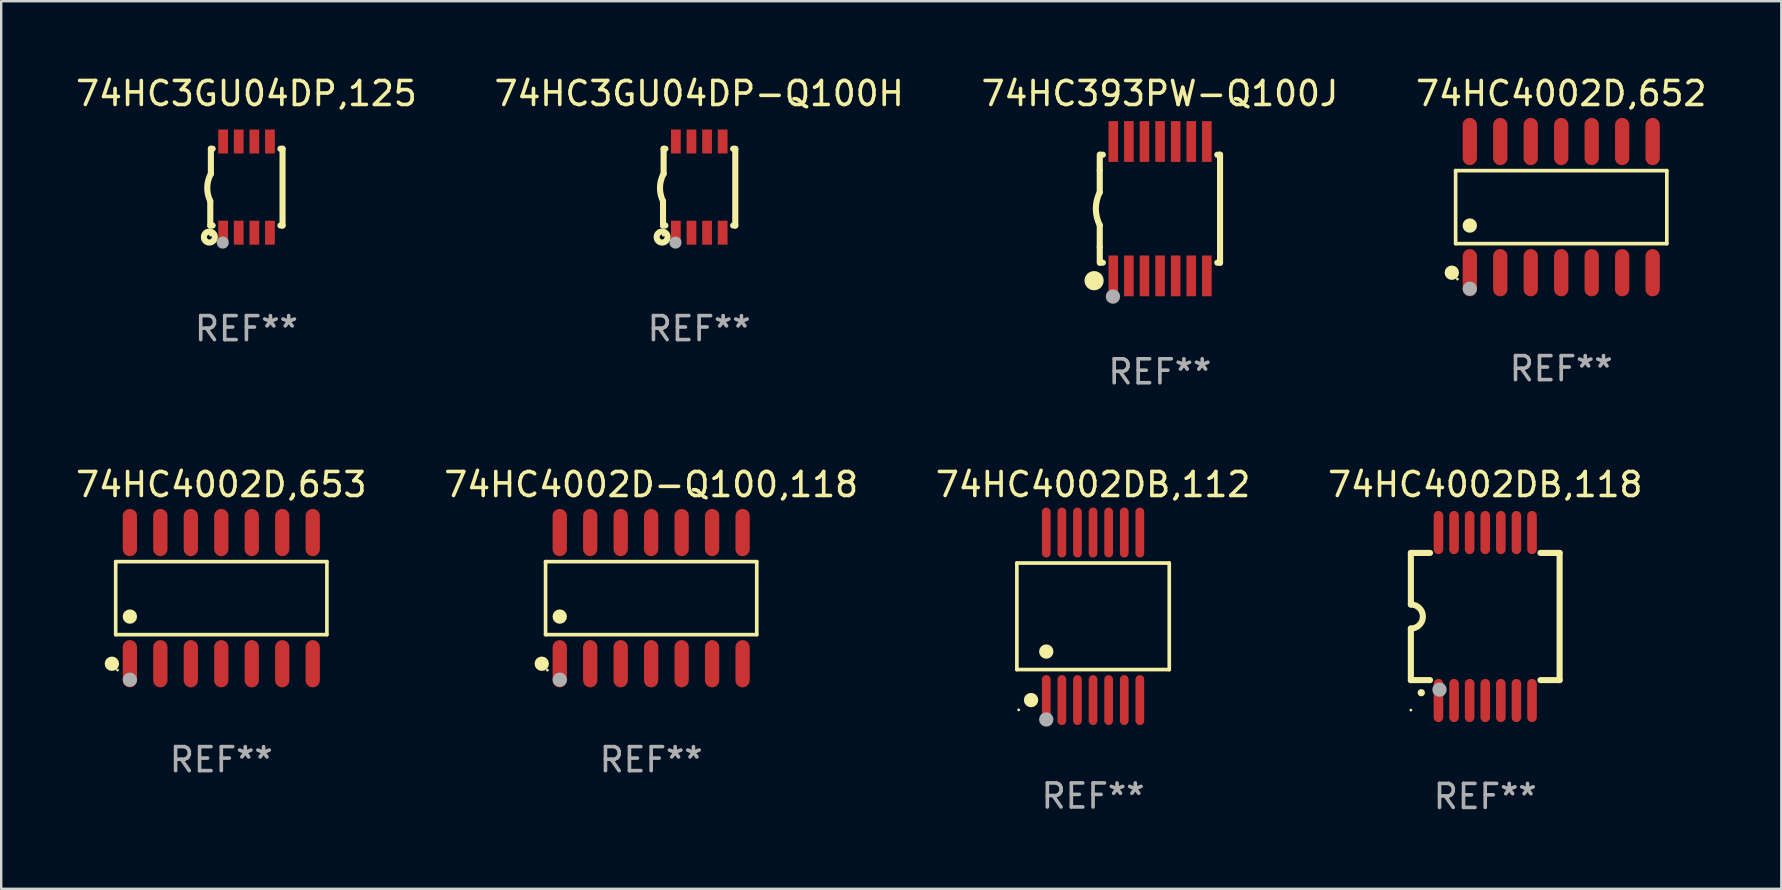
<source format=kicad_pcb>
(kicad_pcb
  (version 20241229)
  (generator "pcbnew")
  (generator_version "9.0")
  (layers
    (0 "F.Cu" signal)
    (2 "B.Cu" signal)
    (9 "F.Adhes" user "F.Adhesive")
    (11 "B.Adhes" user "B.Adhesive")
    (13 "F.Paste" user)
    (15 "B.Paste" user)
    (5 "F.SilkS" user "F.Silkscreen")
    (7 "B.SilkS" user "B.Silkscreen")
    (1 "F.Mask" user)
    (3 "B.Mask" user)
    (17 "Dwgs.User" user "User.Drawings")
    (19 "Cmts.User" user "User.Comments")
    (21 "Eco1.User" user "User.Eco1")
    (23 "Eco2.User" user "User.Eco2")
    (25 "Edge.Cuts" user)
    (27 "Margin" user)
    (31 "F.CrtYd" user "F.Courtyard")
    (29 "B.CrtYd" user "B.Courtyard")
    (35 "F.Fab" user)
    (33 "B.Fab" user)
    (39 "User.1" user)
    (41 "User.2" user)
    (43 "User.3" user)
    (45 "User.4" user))
  (footprint "74HC3GU04DP,125"
    (layer "F.Cu")
    (at 7.22 4.748)
    (property "Reference" "74HC3GU04DP,125" (at 0 -3.9 0) (layer "F.SilkS") (effects (font (size 1 1) (thickness 0.15))))
    (attr through_hole)
    (fp_line (start -1.506 1.6) (end -1.506 0.584) (stroke (width 0.254) (type solid)) (layer "F.SilkS"))
    (fp_line (start -1.506 1.6) (end -1.407 1.6) (stroke (width 0.254) (type solid)) (layer "F.SilkS"))
    (fp_line (start -1.481 -1.599) (end -1.481 -0.549) (stroke (width 0.254) (type solid)) (layer "F.SilkS"))
    (fp_line (start -1.481 -1.599) (end -1.407 -1.599) (stroke (width 0.254) (type solid)) (layer "F.SilkS"))
    (fp_line (start 1.417 -1.599) (end 1.506 -1.599) (stroke (width 0.254) (type solid)) (layer "F.SilkS"))
    (fp_line (start 1.417 1.6) (end 1.506 1.6) (stroke (width 0.254) (type solid)) (layer "F.SilkS"))
    (fp_line (start 1.506 1.603) (end 1.506 -1.595) (stroke (width 0.254) (type solid)) (layer "F.SilkS"))
    (fp_arc (start -1.506223 0.584328) (mid -1.632455 0.00974) (end -1.480823 -0.558674) (stroke (width 0.254001) (type solid)) (layer "F.SilkS"))
    (fp_circle (center -1.544 2.083) (end -1.443 2.083) (stroke (width 0.254) (type solid)) (fill no) (layer "F.SilkS"))
    (fp_circle (center -1.495 2) (end -1.465 2) (stroke (width 0.06) (type solid)) (fill no) (layer "F.SilkS"))
    (fp_circle (center -0.986 2.312) (end -0.859 2.312) (stroke (width 0.254) (type solid)) (fill no) (layer "F.Fab"))
    (fp_text user "REF**" (at 0 5.9 0) (layer "F.Fab") (effects (font (size 1 1) (thickness 0.15))))
    (pad "1" smd rect (at -0.97 1.9 90) (size 1 0.406) (layers "F.Cu" "F.Mask" "F.Paste"))
    (pad "2" smd rect (at -0.32 1.9 90) (size 1 0.406) (layers "F.Cu" "F.Mask" "F.Paste"))
    (pad "3" smd rect (at 0.33 1.9 90) (size 1 0.406) (layers "F.Cu" "F.Mask" "F.Paste"))
    (pad "4" smd rect (at 0.98 1.9 90) (size 1 0.406) (layers "F.Cu" "F.Mask" "F.Paste"))
    (pad "5" smd rect (at 0.98 -1.9 90) (size 1 0.406) (layers "F.Cu" "F.Mask" "F.Paste"))
    (pad "6" smd rect (at 0.33 -1.9 90) (size 1 0.406) (layers "F.Cu" "F.Mask" "F.Paste"))
    (pad "7" smd rect (at -0.32 -1.9 90) (size 1 0.406) (layers "F.Cu" "F.Mask" "F.Paste"))
    (pad "8" smd rect (at -0.97 -1.9 90) (size 1 0.406) (layers "F.Cu" "F.Mask" "F.Paste")))
  (footprint "74HC4002DB,112"
    (layer "F.Cu")
    (at 42.506 22.636)
    (property "Reference" "74HC4002DB,112" (at 0 -5.491 0) (layer "F.SilkS") (effects (font (size 1 1) (thickness 0.15))))
    (attr through_hole)
    (fp_line (start -3.176 -2.221) (end 3.176 -2.221) (stroke (width 0.152) (type solid)) (layer "F.SilkS"))
    (fp_line (start -3.176 2.221) (end -3.176 -2.221) (stroke (width 0.152) (type solid)) (layer "F.SilkS"))
    (fp_line (start 3.176 -2.221) (end 3.176 2.221) (stroke (width 0.152) (type solid)) (layer "F.SilkS"))
    (fp_line (start 3.176 2.221) (end -3.176 2.221) (stroke (width 0.152) (type solid)) (layer "F.SilkS"))
    (fp_circle (center -3.1 3.9) (end -3.07 3.9) (stroke (width 0.06) (type solid)) (fill no) (layer "F.SilkS"))
    (fp_circle (center -2.584 3.491) (end -2.434 3.491) (stroke (width 0.3) (type solid)) (fill no) (layer "F.SilkS"))
    (fp_circle (center -1.95 1.469) (end -1.8 1.469) (stroke (width 0.3) (type solid)) (fill no) (layer "F.SilkS"))
    (fp_circle (center -1.95 4.3) (end -1.8 4.3) (stroke (width 0.3) (type solid)) (fill no) (layer "F.Fab"))
    (fp_text user "REF**" (at 0 7.491 0) (layer "F.Fab") (effects (font (size 1 1) (thickness 0.15))))
    (pad "1" smd oval (at -1.95 3.491) (size 0.364 2.082) (layers "F.Cu" "F.Mask" "F.Paste"))
    (pad "2" smd oval (at -1.3 3.491) (size 0.364 2.082) (layers "F.Cu" "F.Mask" "F.Paste"))
    (pad "3" smd oval (at -0.65 3.491) (size 0.364 2.082) (layers "F.Cu" "F.Mask" "F.Paste"))
    (pad "4" smd oval (at 0 3.491) (size 0.364 2.082) (layers "F.Cu" "F.Mask" "F.Paste"))
    (pad "5" smd oval (at 0.65 3.491) (size 0.364 2.082) (layers "F.Cu" "F.Mask" "F.Paste"))
    (pad "6" smd oval (at 1.3 3.491) (size 0.364 2.082) (layers "F.Cu" "F.Mask" "F.Paste"))
    (pad "7" smd oval (at 1.95 3.491) (size 0.364 2.082) (layers "F.Cu" "F.Mask" "F.Paste"))
    (pad "8" smd oval (at 1.95 -3.491) (size 0.364 2.082) (layers "F.Cu" "F.Mask" "F.Paste"))
    (pad "9" smd oval (at 1.3 -3.491) (size 0.364 2.082) (layers "F.Cu" "F.Mask" "F.Paste"))
    (pad "10" smd oval (at 0.65 -3.491) (size 0.364 2.082) (layers "F.Cu" "F.Mask" "F.Paste"))
    (pad "11" smd oval (at 0 -3.491) (size 0.364 2.082) (layers "F.Cu" "F.Mask" "F.Paste"))
    (pad "12" smd oval (at -0.65 -3.491) (size 0.364 2.082) (layers "F.Cu" "F.Mask" "F.Paste"))
    (pad "13" smd oval (at -1.3 -3.491) (size 0.364 2.082) (layers "F.Cu" "F.Mask" "F.Paste"))
    (pad "14" smd oval (at -1.95 -3.491) (size 0.364 2.082) (layers "F.Cu" "F.Mask" "F.Paste")))
  (footprint "74HC3GU04DP-Q100H"
    (layer "F.Cu")
    (at 26.089 4.748)
    (property "Reference" "74HC3GU04DP-Q100H" (at 0 -3.9 0) (layer "F.SilkS") (effects (font (size 1 1) (thickness 0.15))))
    (attr through_hole)
    (fp_line (start -1.506 1.6) (end -1.506 0.584) (stroke (width 0.254) (type solid)) (layer "F.SilkS"))
    (fp_line (start -1.506 1.6) (end -1.407 1.6) (stroke (width 0.254) (type solid)) (layer "F.SilkS"))
    (fp_line (start -1.481 -1.599) (end -1.481 -0.549) (stroke (width 0.254) (type solid)) (layer "F.SilkS"))
    (fp_line (start -1.481 -1.599) (end -1.407 -1.599) (stroke (width 0.254) (type solid)) (layer "F.SilkS"))
    (fp_line (start 1.417 -1.599) (end 1.506 -1.599) (stroke (width 0.254) (type solid)) (layer "F.SilkS"))
    (fp_line (start 1.417 1.6) (end 1.506 1.6) (stroke (width 0.254) (type solid)) (layer "F.SilkS"))
    (fp_line (start 1.506 1.603) (end 1.506 -1.595) (stroke (width 0.254) (type solid)) (layer "F.SilkS"))
    (fp_arc (start -1.506223 0.584328) (mid -1.632455 0.00974) (end -1.480823 -0.558674) (stroke (width 0.254001) (type solid)) (layer "F.SilkS"))
    (fp_circle (center -1.544 2.083) (end -1.443 2.083) (stroke (width 0.254) (type solid)) (fill no) (layer "F.SilkS"))
    (fp_circle (center -1.495 2) (end -1.465 2) (stroke (width 0.06) (type solid)) (fill no) (layer "F.SilkS"))
    (fp_circle (center -0.986 2.312) (end -0.859 2.312) (stroke (width 0.254) (type solid)) (fill no) (layer "F.Fab"))
    (fp_text user "REF**" (at 0 5.9 0) (layer "F.Fab") (effects (font (size 1 1) (thickness 0.15))))
    (pad "1" smd rect (at -0.97 1.9 90) (size 1 0.406) (layers "F.Cu" "F.Mask" "F.Paste"))
    (pad "2" smd rect (at -0.32 1.9 90) (size 1 0.406) (layers "F.Cu" "F.Mask" "F.Paste"))
    (pad "3" smd rect (at 0.33 1.9 90) (size 1 0.406) (layers "F.Cu" "F.Mask" "F.Paste"))
    (pad "4" smd rect (at 0.98 1.9 90) (size 1 0.406) (layers "F.Cu" "F.Mask" "F.Paste"))
    (pad "5" smd rect (at 0.98 -1.9 90) (size 1 0.406) (layers "F.Cu" "F.Mask" "F.Paste"))
    (pad "6" smd rect (at 0.33 -1.9 90) (size 1 0.406) (layers "F.Cu" "F.Mask" "F.Paste"))
    (pad "7" smd rect (at -0.32 -1.9 90) (size 1 0.406) (layers "F.Cu" "F.Mask" "F.Paste"))
    (pad "8" smd rect (at -0.97 -1.9 90) (size 1 0.406) (layers "F.Cu" "F.Mask" "F.Paste")))
  (footprint "74HC4002D,653"
    (layer "F.Cu")
    (at 6.173 21.879)
    (property "Reference" "74HC4002D,653" (at 0 -4.734 0) (layer "F.SilkS") (effects (font (size 1 1) (thickness 0.15))))
    (attr through_hole)
    (fp_line (start -4.401 -1.521) (end 4.401 -1.521) (stroke (width 0.152) (type solid)) (layer "F.SilkS"))
    (fp_line (start -4.401 1.521) (end -4.401 -1.521) (stroke (width 0.152) (type solid)) (layer "F.SilkS"))
    (fp_line (start 4.401 -1.521) (end 4.401 1.521) (stroke (width 0.152) (type solid)) (layer "F.SilkS"))
    (fp_line (start 4.401 1.521) (end -4.401 1.521) (stroke (width 0.152) (type solid)) (layer "F.SilkS"))
    (fp_circle (center -4.56 2.734) (end -4.41 2.734) (stroke (width 0.3) (type solid)) (fill no) (layer "F.SilkS"))
    (fp_circle (center -4.325 3) (end -4.295 3) (stroke (width 0.06) (type solid)) (fill no) (layer "F.SilkS"))
    (fp_circle (center -3.81 0.769) (end -3.66 0.769) (stroke (width 0.3) (type solid)) (fill no) (layer "F.SilkS"))
    (fp_circle (center -3.81 3.4) (end -3.66 3.4) (stroke (width 0.3) (type solid)) (fill no) (layer "F.Fab"))
    (fp_text user "REF**" (at 0 6.734 0) (layer "F.Fab") (effects (font (size 1 1) (thickness 0.15))))
    (pad "1" smd oval (at -3.81 2.734) (size 0.595 1.968) (layers "F.Cu" "F.Mask" "F.Paste"))
    (pad "2" smd oval (at -2.54 2.734) (size 0.595 1.968) (layers "F.Cu" "F.Mask" "F.Paste"))
    (pad "3" smd oval (at -1.27 2.734) (size 0.595 1.968) (layers "F.Cu" "F.Mask" "F.Paste"))
    (pad "4" smd oval (at 0 2.734) (size 0.595 1.968) (layers "F.Cu" "F.Mask" "F.Paste"))
    (pad "5" smd oval (at 1.27 2.734) (size 0.595 1.968) (layers "F.Cu" "F.Mask" "F.Paste"))
    (pad "6" smd oval (at 2.54 2.734) (size 0.595 1.968) (layers "F.Cu" "F.Mask" "F.Paste"))
    (pad "7" smd oval (at 3.81 2.734) (size 0.595 1.968) (layers "F.Cu" "F.Mask" "F.Paste"))
    (pad "8" smd oval (at 3.81 -2.734) (size 0.595 1.968) (layers "F.Cu" "F.Mask" "F.Paste"))
    (pad "9" smd oval (at 2.54 -2.734) (size 0.595 1.968) (layers "F.Cu" "F.Mask" "F.Paste"))
    (pad "10" smd oval (at 1.27 -2.734) (size 0.595 1.968) (layers "F.Cu" "F.Mask" "F.Paste"))
    (pad "11" smd oval (at 0 -2.734) (size 0.595 1.968) (layers "F.Cu" "F.Mask" "F.Paste"))
    (pad "12" smd oval (at -1.27 -2.734) (size 0.595 1.968) (layers "F.Cu" "F.Mask" "F.Paste"))
    (pad "13" smd oval (at -2.54 -2.734) (size 0.595 1.968) (layers "F.Cu" "F.Mask" "F.Paste"))
    (pad "14" smd oval (at -3.81 -2.734) (size 0.595 1.968) (layers "F.Cu" "F.Mask" "F.Paste")))
  (footprint "74HC4002DB,118"
    (layer "F.Cu")
    (at 58.851 22.645)
    (property "Reference" "74HC4002DB,118" (at 0 -5.5 0) (layer "F.SilkS") (effects (font (size 1 1) (thickness 0.15))))
    (attr through_hole)
    (fp_line (start -3.1 2.65) (end -3.1 0.5) (stroke (width 0.254) (type solid)) (layer "F.SilkS"))
    (fp_line (start -3.099 -2.65) (end -2.301 -2.65) (stroke (width 0.254) (type solid)) (layer "F.SilkS"))
    (fp_line (start -3.099 -0.5) (end -3.099 -2.65) (stroke (width 0.254) (type solid)) (layer "F.SilkS"))
    (fp_line (start -2.301 2.65) (end -3.1 2.65) (stroke (width 0.254) (type solid)) (layer "F.SilkS"))
    (fp_line (start 2.301 -2.65) (end 3.1 -2.65) (stroke (width 0.254) (type solid)) (layer "F.SilkS"))
    (fp_line (start 3.1 -2.65) (end 3.1 2.65) (stroke (width 0.254) (type solid)) (layer "F.SilkS"))
    (fp_line (start 3.1 2.65) (end 2.301 2.65) (stroke (width 0.254) (type solid)) (layer "F.SilkS"))
    (fp_arc (start -3.098806 -0.500381) (mid -2.598806 0) (end -3.098806 0.500381) (stroke (width 0.254001) (type solid)) (layer "F.SilkS"))
    (fp_arc (start -2.667005 3.175006) (mid -2.665735 3.175001) (end -2.664465 3.175006) (stroke (width 0.3) (type solid)) (layer "F.SilkS"))
    (fp_circle (center -3.1 3.9) (end -3.07 3.9) (stroke (width 0.06) (type solid)) (fill no) (layer "F.SilkS"))
    (fp_circle (center -1.905 3.048) (end -1.755 3.048) (stroke (width 0.3) (type solid)) (fill no) (layer "F.Fab"))
    (fp_text user "REF**" (at 0 7.5 0) (layer "F.Fab") (effects (font (size 1 1) (thickness 0.15))))
    (pad "1" smd oval (at -1.95 3.5 270) (size 1.8 0.4) (layers "F.Cu" "F.Mask" "F.Paste"))
    (pad "2" smd oval (at -1.3 3.5 270) (size 1.8 0.4) (layers "F.Cu" "F.Mask" "F.Paste"))
    (pad "3" smd oval (at -0.65 3.5 270) (size 1.8 0.4) (layers "F.Cu" "F.Mask" "F.Paste"))
    (pad "4" smd oval (at 0 3.5 270) (size 1.8 0.4) (layers "F.Cu" "F.Mask" "F.Paste"))
    (pad "5" smd oval (at 0.65 3.5 270) (size 1.8 0.4) (layers "F.Cu" "F.Mask" "F.Paste"))
    (pad "6" smd oval (at 1.3 3.5 270) (size 1.8 0.4) (layers "F.Cu" "F.Mask" "F.Paste"))
    (pad "7" smd oval (at 1.95 3.5 270) (size 1.8 0.4) (layers "F.Cu" "F.Mask" "F.Paste"))
    (pad "8" smd oval (at 1.95 -3.5 90) (size 1.8 0.4) (layers "F.Cu" "F.Mask" "F.Paste"))
    (pad "9" smd oval (at 1.3 -3.5 90) (size 1.8 0.4) (layers "F.Cu" "F.Mask" "F.Paste"))
    (pad "10" smd oval (at 0.65 -3.5 90) (size 1.8 0.4) (layers "F.Cu" "F.Mask" "F.Paste"))
    (pad "11" smd oval (at 0 -3.5 90) (size 1.8 0.4) (layers "F.Cu" "F.Mask" "F.Paste"))
    (pad "12" smd oval (at -0.65 -3.5 90) (size 1.8 0.4) (layers "F.Cu" "F.Mask" "F.Paste"))
    (pad "13" smd oval (at -1.3 -3.5 90) (size 1.8 0.4) (layers "F.Cu" "F.Mask" "F.Paste"))
    (pad "14" smd oval (at -1.95 -3.5 90) (size 1.8 0.4) (layers "F.Cu" "F.Mask" "F.Paste")))
  (footprint "74HC4002D-Q100,118"
    (layer "F.Cu")
    (at 24.089 21.879)
    (property "Reference" "74HC4002D-Q100,118" (at 0 -4.734 0) (layer "F.SilkS") (effects (font (size 1 1) (thickness 0.15))))
    (attr through_hole)
    (fp_line (start -4.401 -1.521) (end 4.401 -1.521) (stroke (width 0.152) (type solid)) (layer "F.SilkS"))
    (fp_line (start -4.401 1.521) (end -4.401 -1.521) (stroke (width 0.152) (type solid)) (layer "F.SilkS"))
    (fp_line (start 4.401 -1.521) (end 4.401 1.521) (stroke (width 0.152) (type solid)) (layer "F.SilkS"))
    (fp_line (start 4.401 1.521) (end -4.401 1.521) (stroke (width 0.152) (type solid)) (layer "F.SilkS"))
    (fp_circle (center -4.56 2.734) (end -4.41 2.734) (stroke (width 0.3) (type solid)) (fill no) (layer "F.SilkS"))
    (fp_circle (center -4.325 3) (end -4.295 3) (stroke (width 0.06) (type solid)) (fill no) (layer "F.SilkS"))
    (fp_circle (center -3.81 0.769) (end -3.66 0.769) (stroke (width 0.3) (type solid)) (fill no) (layer "F.SilkS"))
    (fp_circle (center -3.81 3.4) (end -3.66 3.4) (stroke (width 0.3) (type solid)) (fill no) (layer "F.Fab"))
    (fp_text user "REF**" (at 0 6.734 0) (layer "F.Fab") (effects (font (size 1 1) (thickness 0.15))))
    (pad "1" smd oval (at -3.81 2.734) (size 0.595 1.968) (layers "F.Cu" "F.Mask" "F.Paste"))
    (pad "2" smd oval (at -2.54 2.734) (size 0.595 1.968) (layers "F.Cu" "F.Mask" "F.Paste"))
    (pad "3" smd oval (at -1.27 2.734) (size 0.595 1.968) (layers "F.Cu" "F.Mask" "F.Paste"))
    (pad "4" smd oval (at 0 2.734) (size 0.595 1.968) (layers "F.Cu" "F.Mask" "F.Paste"))
    (pad "5" smd oval (at 1.27 2.734) (size 0.595 1.968) (layers "F.Cu" "F.Mask" "F.Paste"))
    (pad "6" smd oval (at 2.54 2.734) (size 0.595 1.968) (layers "F.Cu" "F.Mask" "F.Paste"))
    (pad "7" smd oval (at 3.81 2.734) (size 0.595 1.968) (layers "F.Cu" "F.Mask" "F.Paste"))
    (pad "8" smd oval (at 3.81 -2.734) (size 0.595 1.968) (layers "F.Cu" "F.Mask" "F.Paste"))
    (pad "9" smd oval (at 2.54 -2.734) (size 0.595 1.968) (layers "F.Cu" "F.Mask" "F.Paste"))
    (pad "10" smd oval (at 1.27 -2.734) (size 0.595 1.968) (layers "F.Cu" "F.Mask" "F.Paste"))
    (pad "11" smd oval (at 0 -2.734) (size 0.595 1.968) (layers "F.Cu" "F.Mask" "F.Paste"))
    (pad "12" smd oval (at -1.27 -2.734) (size 0.595 1.968) (layers "F.Cu" "F.Mask" "F.Paste"))
    (pad "13" smd oval (at -2.54 -2.734) (size 0.595 1.968) (layers "F.Cu" "F.Mask" "F.Paste"))
    (pad "14" smd oval (at -3.81 -2.734) (size 0.595 1.968) (layers "F.Cu" "F.Mask" "F.Paste")))
  (footprint "74HC393PW-Q100J"
    (layer "F.Cu")
    (at 45.292 5.648)
    (property "Reference" "74HC393PW-Q100J" (at 0 -4.8 0) (layer "F.SilkS") (effects (font (size 1 1) (thickness 0.15))))
    (attr through_hole)
    (fp_line (start -2.507 -1.6) (end -2.507 -2.25) (stroke (width 0.254) (type solid)) (layer "F.SilkS"))
    (fp_line (start -2.507 -0.686) (end -2.507 -1.6) (stroke (width 0.254) (type solid)) (layer "F.SilkS"))
    (fp_line (start -2.507 1.6) (end -2.507 0.686) (stroke (width 0.254) (type solid)) (layer "F.SilkS"))
    (fp_line (start -2.507 1.6) (end -2.507 2.25) (stroke (width 0.254) (type solid)) (layer "F.SilkS"))
    (fp_line (start -2.493 -2.25) (end -2.377 -2.25) (stroke (width 0.254) (type solid)) (layer "F.SilkS"))
    (fp_line (start -2.377 2.25) (end -2.493 2.25) (stroke (width 0.254) (type solid)) (layer "F.SilkS"))
    (fp_line (start 2.392 -2.25) (end 2.507 -2.25) (stroke (width 0.254) (type solid)) (layer "F.SilkS"))
    (fp_line (start 2.507 -2.25) (end 2.507 2.25) (stroke (width 0.254) (type solid)) (layer "F.SilkS"))
    (fp_line (start 2.507 2.25) (end 2.392 2.25) (stroke (width 0.254) (type solid)) (layer "F.SilkS"))
    (fp_arc (start -2.507303 0.685802) (mid -2.669199 0) (end -2.507303 -0.685801) (stroke (width 0.254001) (type solid)) (layer "F.SilkS"))
    (fp_circle (center -2.743 3) (end -2.543 3) (stroke (width 0.4) (type solid)) (fill no) (layer "F.SilkS"))
    (fp_circle (center -2.493 3.2) (end -2.463 3.2) (stroke (width 0.06) (type solid)) (fill no) (layer "F.SilkS"))
    (fp_circle (center -1.957 3.662) (end -1.807 3.662) (stroke (width 0.3) (type solid)) (fill no) (layer "F.Fab"))
    (fp_text user "REF**" (at 0 6.8 0) (layer "F.Fab") (effects (font (size 1 1) (thickness 0.15))))
    (pad "1" smd rect (at -1.943 2.8) (size 0.4 1.7) (layers "F.Cu" "F.Mask" "F.Paste"))
    (pad "2" smd rect (at -1.293 2.8) (size 0.4 1.7) (layers "F.Cu" "F.Mask" "F.Paste"))
    (pad "3" smd rect (at -0.643 2.8) (size 0.4 1.7) (layers "F.Cu" "F.Mask" "F.Paste"))
    (pad "4" smd rect (at 0.007 2.8) (size 0.4 1.7) (layers "F.Cu" "F.Mask" "F.Paste"))
    (pad "5" smd rect (at 0.657 2.8) (size 0.4 1.7) (layers "F.Cu" "F.Mask" "F.Paste"))
    (pad "6" smd rect (at 1.307 2.8) (size 0.4 1.7) (layers "F.Cu" "F.Mask" "F.Paste"))
    (pad "7" smd rect (at 1.957 2.8) (size 0.4 1.7) (layers "F.Cu" "F.Mask" "F.Paste"))
    (pad "8" smd rect (at 1.957 -2.8) (size 0.4 1.7) (layers "F.Cu" "F.Mask" "F.Paste"))
    (pad "9" smd rect (at 1.307 -2.8) (size 0.4 1.7) (layers "F.Cu" "F.Mask" "F.Paste"))
    (pad "10" smd rect (at 0.657 -2.8) (size 0.4 1.7) (layers "F.Cu" "F.Mask" "F.Paste"))
    (pad "11" smd rect (at 0.007 -2.8) (size 0.4 1.7) (layers "F.Cu" "F.Mask" "F.Paste"))
    (pad "12" smd rect (at -0.643 -2.8) (size 0.4 1.7) (layers "F.Cu" "F.Mask" "F.Paste"))
    (pad "13" smd rect (at -1.293 -2.8) (size 0.4 1.7) (layers "F.Cu" "F.Mask" "F.Paste"))
    (pad "14" smd rect (at -1.943 -2.8) (size 0.4 1.7) (layers "F.Cu" "F.Mask" "F.Paste")))
  (footprint "74HC4002D,652"
    (layer "F.Cu")
    (at 62.018 5.582)
    (property "Reference" "74HC4002D,652" (at 0 -4.734 0) (layer "F.SilkS") (effects (font (size 1 1) (thickness 0.15))))
    (attr through_hole)
    (fp_line (start -4.401 -1.521) (end 4.401 -1.521) (stroke (width 0.152) (type solid)) (layer "F.SilkS"))
    (fp_line (start -4.401 1.521) (end -4.401 -1.521) (stroke (width 0.152) (type solid)) (layer "F.SilkS"))
    (fp_line (start 4.401 -1.521) (end 4.401 1.521) (stroke (width 0.152) (type solid)) (layer "F.SilkS"))
    (fp_line (start 4.401 1.521) (end -4.401 1.521) (stroke (width 0.152) (type solid)) (layer "F.SilkS"))
    (fp_circle (center -4.56 2.734) (end -4.41 2.734) (stroke (width 0.3) (type solid)) (fill no) (layer "F.SilkS"))
    (fp_circle (center -4.325 3) (end -4.295 3) (stroke (width 0.06) (type solid)) (fill no) (layer "F.SilkS"))
    (fp_circle (center -3.81 0.769) (end -3.66 0.769) (stroke (width 0.3) (type solid)) (fill no) (layer "F.SilkS"))
    (fp_circle (center -3.81 3.4) (end -3.66 3.4) (stroke (width 0.3) (type solid)) (fill no) (layer "F.Fab"))
    (fp_text user "REF**" (at 0 6.734 0) (layer "F.Fab") (effects (font (size 1 1) (thickness 0.15))))
    (pad "1" smd oval (at -3.81 2.734) (size 0.595 1.968) (layers "F.Cu" "F.Mask" "F.Paste"))
    (pad "2" smd oval (at -2.54 2.734) (size 0.595 1.968) (layers "F.Cu" "F.Mask" "F.Paste"))
    (pad "3" smd oval (at -1.27 2.734) (size 0.595 1.968) (layers "F.Cu" "F.Mask" "F.Paste"))
    (pad "4" smd oval (at 0 2.734) (size 0.595 1.968) (layers "F.Cu" "F.Mask" "F.Paste"))
    (pad "5" smd oval (at 1.27 2.734) (size 0.595 1.968) (layers "F.Cu" "F.Mask" "F.Paste"))
    (pad "6" smd oval (at 2.54 2.734) (size 0.595 1.968) (layers "F.Cu" "F.Mask" "F.Paste"))
    (pad "7" smd oval (at 3.81 2.734) (size 0.595 1.968) (layers "F.Cu" "F.Mask" "F.Paste"))
    (pad "8" smd oval (at 3.81 -2.734) (size 0.595 1.968) (layers "F.Cu" "F.Mask" "F.Paste"))
    (pad "9" smd oval (at 2.54 -2.734) (size 0.595 1.968) (layers "F.Cu" "F.Mask" "F.Paste"))
    (pad "10" smd oval (at 1.27 -2.734) (size 0.595 1.968) (layers "F.Cu" "F.Mask" "F.Paste"))
    (pad "11" smd oval (at 0 -2.734) (size 0.595 1.968) (layers "F.Cu" "F.Mask" "F.Paste"))
    (pad "12" smd oval (at -1.27 -2.734) (size 0.595 1.968) (layers "F.Cu" "F.Mask" "F.Paste"))
    (pad "13" smd oval (at -2.54 -2.734) (size 0.595 1.968) (layers "F.Cu" "F.Mask" "F.Paste"))
    (pad "14" smd oval (at -3.81 -2.734) (size 0.595 1.968) (layers "F.Cu" "F.Mask" "F.Paste")))
  (gr_rect
    (start -3 -3)
    (end 71.19 33.993)
    (stroke (width 0.1) (type default))
    (fill no)
    (layer "Edge.Cuts")))
</source>
